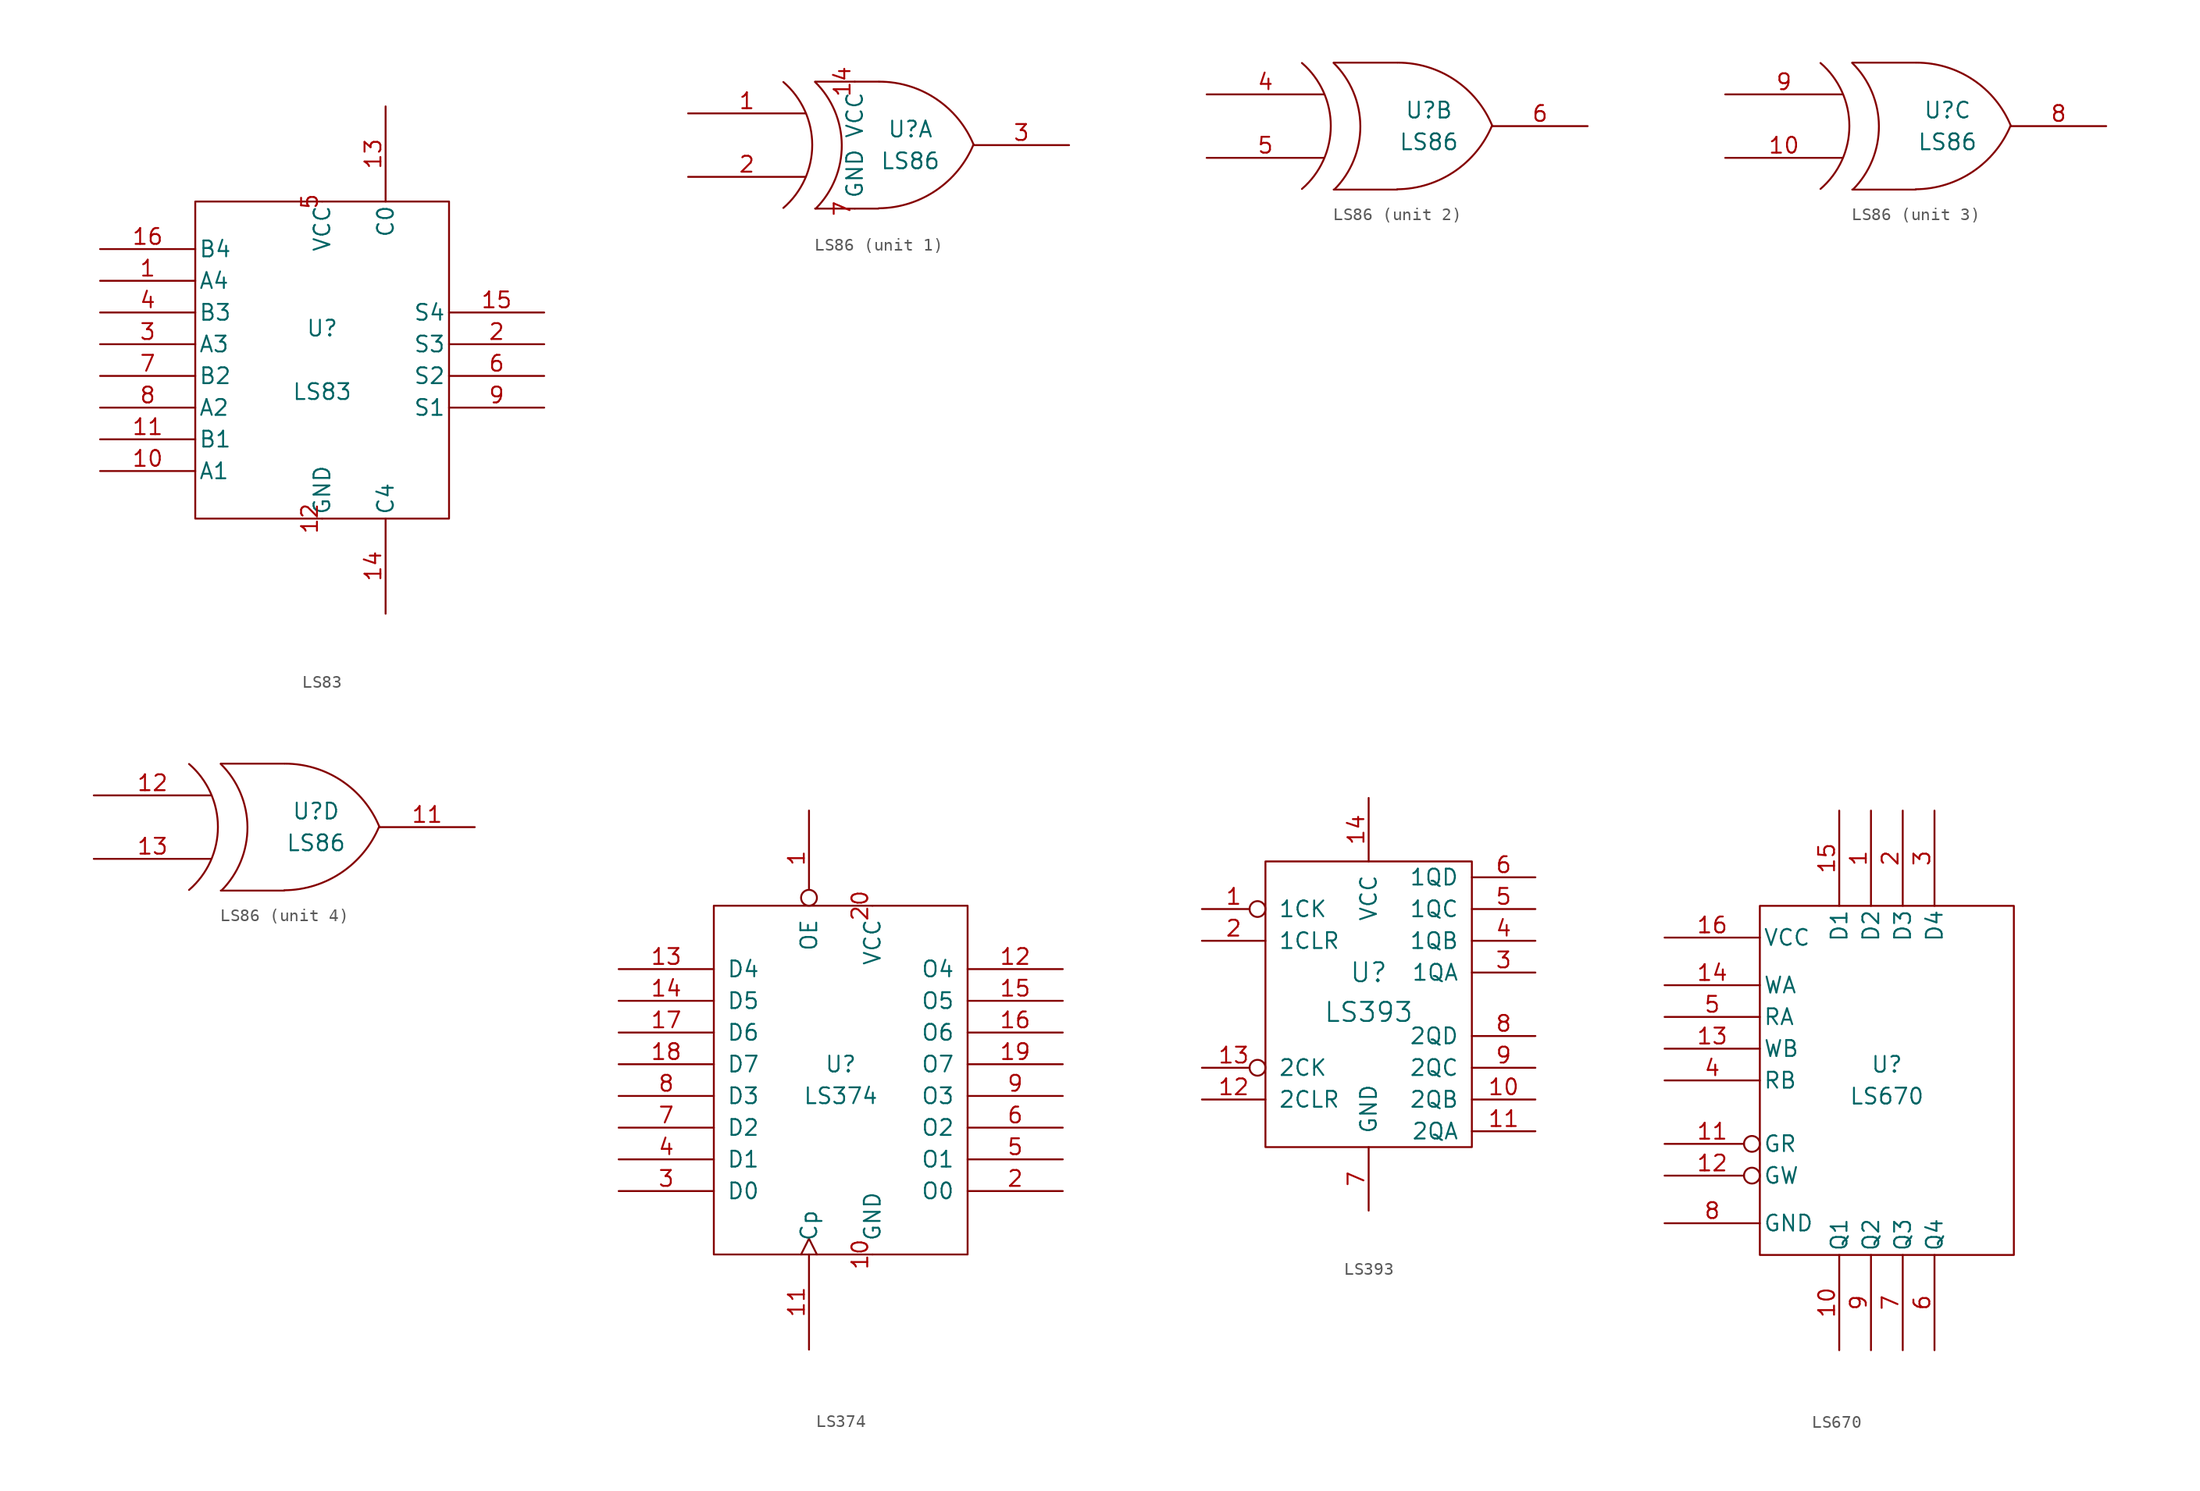
<source format=kicad_sym>
(kicad_symbol_lib
  (version 20211014)
  (generator kicad_symbol_editor)
  (symbol "LS83"
    (pin_names
      (offset 0.254))
    (property "Reference" "U"
      (at 0 2.54 0)
      (effects (font (size 1.27 1.27))))
    (property "Value" "LS83"
      (at 0 -2.54 0)
      (effects (font (size 1.27 1.27))))
    (symbol "LS83_0_0"
      (pin power_in line (at 0 -12.7 90) (length 0) (name "GND" (effects (font (size 1.27 1.27)))) (number "12" (effects (font (size 1.27 1.27)))))
      (pin power_in line (at 0 12.7 270) (length 0) (name "VCC" (effects (font (size 1.27 1.27)))) (number "5" (effects (font (size 1.27 1.27))))))
    (symbol "LS83_0_1"
      (rectangle (start -10.16 12.7) (end 10.16 -12.7) (stroke (width 0) (type default) (color 0 0 0 0)) (fill (type none))))
    (symbol "LS83_1_1"
      (pin input line (at -17.78 6.35 0) (length 7.62) (name "A4" (effects (font (size 1.27 1.27)))) (number "1" (effects (font (size 1.27 1.27)))))
      (pin input line (at -17.78 -8.89 0) (length 7.62) (name "A1" (effects (font (size 1.27 1.27)))) (number "10" (effects (font (size 1.27 1.27)))))
      (pin input line (at -17.78 -6.35 0) (length 7.62) (name "B1" (effects (font (size 1.27 1.27)))) (number "11" (effects (font (size 1.27 1.27)))))
      (pin input line (at 5.08 20.32 270) (length 7.62) (name "C0" (effects (font (size 1.27 1.27)))) (number "13" (effects (font (size 1.27 1.27)))))
      (pin output line (at 5.08 -20.32 90) (length 7.62) (name "C4" (effects (font (size 1.27 1.27)))) (number "14" (effects (font (size 1.27 1.27)))))
      (pin output line (at 17.78 3.81 180) (length 7.62) (name "S4" (effects (font (size 1.27 1.27)))) (number "15" (effects (font (size 1.27 1.27)))))
      (pin input line (at -17.78 8.89 0) (length 7.62) (name "B4" (effects (font (size 1.27 1.27)))) (number "16" (effects (font (size 1.27 1.27)))))
      (pin output line (at 17.78 1.27 180) (length 7.62) (name "S3" (effects (font (size 1.27 1.27)))) (number "2" (effects (font (size 1.27 1.27)))))
      (pin input line (at -17.78 1.27 0) (length 7.62) (name "A3" (effects (font (size 1.27 1.27)))) (number "3" (effects (font (size 1.27 1.27)))))
      (pin input line (at -17.78 3.81 0) (length 7.62) (name "B3" (effects (font (size 1.27 1.27)))) (number "4" (effects (font (size 1.27 1.27)))))
      (pin output line (at 17.78 -1.27 180) (length 7.62) (name "S2" (effects (font (size 1.27 1.27)))) (number "6" (effects (font (size 1.27 1.27)))))
      (pin input line (at -17.78 -1.27 0) (length 7.62) (name "B2" (effects (font (size 1.27 1.27)))) (number "7" (effects (font (size 1.27 1.27)))))
      (pin input line (at -17.78 -3.81 0) (length 7.62) (name "A2" (effects (font (size 1.27 1.27)))) (number "8" (effects (font (size 1.27 1.27)))))
      (pin output line (at 17.78 -3.81 180) (length 7.62) (name "S1" (effects (font (size 1.27 1.27)))) (number "9" (effects (font (size 1.27 1.27)))))))
  (symbol "LS86"
    (pin_names
      (offset 0.762))
    (property "Reference" "U"
      (at 2.54 1.27 0)
      (effects (font (size 1.27 1.27))))
    (property "Value" "LS86"
      (at 2.54 -1.27 0)
      (effects (font (size 1.27 1.27))))
    (symbol "LS86_0_1"
      (arc (start -7.62 -5.0292) (mid -5.3094 0.0127) (end -7.62 5.0546) (stroke (width 0) (type default) (color 0 0 0 0)) (fill (type none)))
      (arc (start -5.0292 -5.08) (mid -2.9462 -0.0021) (end -5.08 5.0546) (stroke (width 0) (type default) (color 0 0 0 0)) (fill (type none)))
      (arc (start 0 -5.0546) (mid 4.5649 -3.6437) (end 7.5946 0.0508) (stroke (width 0) (type default) (color 0 0 0 0)) (fill (type none)))
      (polyline (pts (xy -5.08 -5.08) (xy 0 -5.08)) (stroke (width 0) (type default) (color 0 0 0 0)) (fill (type none)))
      (polyline (pts (xy -5.08 5.08) (xy 0 5.08)) (stroke (width 0) (type default) (color 0 0 0 0)) (fill (type none)))
      (arc (start 7.62 0) (mid 4.6112 3.6959) (end 0.0508 5.08) (stroke (width 0) (type default) (color 0 0 0 0)) (fill (type none))))
    (symbol "LS86_1_1"
      (pin input line (at -15.24 2.54 0) (length 9.398) (name "~" (effects (font (size 1.27 1.27)))) (number "1" (effects (font (size 1.27 1.27)))))
      (pin input line (at -1.905 5.08 270) (length 0) (name "VCC" (effects (font (size 1.27 1.27)))) (number "14" (effects (font (size 1.27 1.27)))))
      (pin input line (at -15.24 -2.54 0) (length 9.398) (name "~" (effects (font (size 1.27 1.27)))) (number "2" (effects (font (size 1.27 1.27)))))
      (pin output line (at 15.24 0 180) (length 7.62) (name "~" (effects (font (size 1.27 1.27)))) (number "3" (effects (font (size 1.27 1.27)))))
      (pin power_in line (at -1.905 -5.08 90) (length 0) (name "GND" (effects (font (size 1.27 1.27)))) (number "7" (effects (font (size 1.27 1.27))))))
    (symbol "LS86_2_1"
      (pin input line (at -15.24 2.54 0) (length 9.398) (name "~" (effects (font (size 1.27 1.27)))) (number "4" (effects (font (size 1.27 1.27)))))
      (pin input line (at -15.24 -2.54 0) (length 9.398) (name "~" (effects (font (size 1.27 1.27)))) (number "5" (effects (font (size 1.27 1.27)))))
      (pin output line (at 15.24 0 180) (length 7.62) (name "~" (effects (font (size 1.27 1.27)))) (number "6" (effects (font (size 1.27 1.27))))))
    (symbol "LS86_3_1"
      (pin input line (at -15.24 -2.54 0) (length 9.398) (name "~" (effects (font (size 1.27 1.27)))) (number "10" (effects (font (size 1.27 1.27)))))
      (pin output line (at 15.24 0 180) (length 7.62) (name "~" (effects (font (size 1.27 1.27)))) (number "8" (effects (font (size 1.27 1.27)))))
      (pin input line (at -15.24 2.54 0) (length 9.398) (name "~" (effects (font (size 1.27 1.27)))) (number "9" (effects (font (size 1.27 1.27))))))
    (symbol "LS86_4_1"
      (pin output line (at 15.24 0 180) (length 7.62) (name "~" (effects (font (size 1.27 1.27)))) (number "11" (effects (font (size 1.27 1.27)))))
      (pin input line (at -15.24 2.54 0) (length 9.398) (name "~" (effects (font (size 1.27 1.27)))) (number "12" (effects (font (size 1.27 1.27)))))
      (pin input line (at -15.24 -2.54 0) (length 9.398) (name "~" (effects (font (size 1.27 1.27)))) (number "13" (effects (font (size 1.27 1.27)))))))
  (symbol "LS374"
    (pin_names
      (offset 1.016))
    (property "Reference" "U"
      (at 0 1.27 0)
      (effects (font (size 1.27 1.27))))
    (property "Value" "LS374"
      (at 0 -1.27 0)
      (effects (font (size 1.27 1.27))))
    (symbol "LS374_0_0"
      (pin power_in line (at 2.54 -13.97 90) (length 0) (name "GND" (effects (font (size 1.27 1.27)))) (number "10" (effects (font (size 1.27 1.27)))))
      (pin power_in line (at 2.54 13.97 270) (length 0) (name "VCC" (effects (font (size 1.27 1.27)))) (number "20" (effects (font (size 1.27 1.27))))))
    (symbol "LS374_0_1"
      (rectangle (start -10.16 13.97) (end 10.16 -13.97) (stroke (width 0) (type default) (color 0 0 0 0)) (fill (type none))))
    (symbol "LS374_1_1"
      (pin input inverted (at -2.54 21.59 270) (length 7.62) (name "OE" (effects (font (size 1.27 1.27)))) (number "1" (effects (font (size 1.27 1.27)))))
      (pin input clock (at -2.54 -21.59 90) (length 7.62) (name "Cp" (effects (font (size 1.27 1.27)))) (number "11" (effects (font (size 1.27 1.27)))))
      (pin tri_state line (at 17.78 8.89 180) (length 7.62) (name "O4" (effects (font (size 1.27 1.27)))) (number "12" (effects (font (size 1.27 1.27)))))
      (pin input line (at -17.78 8.89 0) (length 7.62) (name "D4" (effects (font (size 1.27 1.27)))) (number "13" (effects (font (size 1.27 1.27)))))
      (pin input line (at -17.78 6.35 0) (length 7.62) (name "D5" (effects (font (size 1.27 1.27)))) (number "14" (effects (font (size 1.27 1.27)))))
      (pin tri_state line (at 17.78 6.35 180) (length 7.62) (name "O5" (effects (font (size 1.27 1.27)))) (number "15" (effects (font (size 1.27 1.27)))))
      (pin tri_state line (at 17.78 3.81 180) (length 7.62) (name "O6" (effects (font (size 1.27 1.27)))) (number "16" (effects (font (size 1.27 1.27)))))
      (pin input line (at -17.78 3.81 0) (length 7.62) (name "D6" (effects (font (size 1.27 1.27)))) (number "17" (effects (font (size 1.27 1.27)))))
      (pin input line (at -17.78 1.27 0) (length 7.62) (name "D7" (effects (font (size 1.27 1.27)))) (number "18" (effects (font (size 1.27 1.27)))))
      (pin tri_state line (at 17.78 1.27 180) (length 7.62) (name "O7" (effects (font (size 1.27 1.27)))) (number "19" (effects (font (size 1.27 1.27)))))
      (pin tri_state line (at 17.78 -8.89 180) (length 7.62) (name "O0" (effects (font (size 1.27 1.27)))) (number "2" (effects (font (size 1.27 1.27)))))
      (pin input line (at -17.78 -8.89 0) (length 7.62) (name "D0" (effects (font (size 1.27 1.27)))) (number "3" (effects (font (size 1.27 1.27)))))
      (pin input line (at -17.78 -6.35 0) (length 7.62) (name "D1" (effects (font (size 1.27 1.27)))) (number "4" (effects (font (size 1.27 1.27)))))
      (pin tri_state line (at 17.78 -6.35 180) (length 7.62) (name "O1" (effects (font (size 1.27 1.27)))) (number "5" (effects (font (size 1.27 1.27)))))
      (pin tri_state line (at 17.78 -3.81 180) (length 7.62) (name "O2" (effects (font (size 1.27 1.27)))) (number "6" (effects (font (size 1.27 1.27)))))
      (pin input line (at -17.78 -3.81 0) (length 7.62) (name "D2" (effects (font (size 1.27 1.27)))) (number "7" (effects (font (size 1.27 1.27)))))
      (pin input line (at -17.78 -1.27 0) (length 7.62) (name "D3" (effects (font (size 1.27 1.27)))) (number "8" (effects (font (size 1.27 1.27)))))
      (pin tri_state line (at 17.78 -1.27 180) (length 7.62) (name "O3" (effects (font (size 1.27 1.27)))) (number "9" (effects (font (size 1.27 1.27)))))))
  (symbol "LS393"
    (pin_names
      (offset 1.016))
    (property "Reference" "U"
      (at 0 2.54 0)
      (effects (font (size 1.524 1.524))))
    (property "Value" "LS393"
      (at 0 -0.635 0)
      (effects (font (size 1.524 1.524))))
    (symbol "LS393_0_1"
      (rectangle (start -8.255 11.43) (end 8.255 -11.43) (stroke (width 0) (type default) (color 0 0 0 0)) (fill (type none))))
    (symbol "LS393_1_0"
      (pin input inverted (at -13.335 7.62 0) (length 5.08) (name "1CK" (effects (font (size 1.27 1.27)))) (number "1" (effects (font (size 1.27 1.27)))))
      (pin output line (at 13.335 -7.62 180) (length 5.08) (name "2QB" (effects (font (size 1.27 1.27)))) (number "10" (effects (font (size 1.27 1.27)))))
      (pin output line (at 13.335 -10.16 180) (length 5.08) (name "2QA" (effects (font (size 1.27 1.27)))) (number "11" (effects (font (size 1.27 1.27)))))
      (pin input line (at -13.335 -7.62 0) (length 5.08) (name "2CLR" (effects (font (size 1.27 1.27)))) (number "12" (effects (font (size 1.27 1.27)))))
      (pin input inverted (at -13.335 -5.08 0) (length 5.08) (name "2CK" (effects (font (size 1.27 1.27)))) (number "13" (effects (font (size 1.27 1.27)))))
      (pin power_in line (at 0 16.51 270) (length 5.08) (name "VCC" (effects (font (size 1.27 1.27)))) (number "14" (effects (font (size 1.27 1.27)))))
      (pin input line (at -13.335 5.08 0) (length 5.08) (name "1CLR" (effects (font (size 1.27 1.27)))) (number "2" (effects (font (size 1.27 1.27)))))
      (pin output line (at 13.335 2.54 180) (length 5.08) (name "1QA" (effects (font (size 1.27 1.27)))) (number "3" (effects (font (size 1.27 1.27)))))
      (pin output line (at 13.335 5.08 180) (length 5.08) (name "1QB" (effects (font (size 1.27 1.27)))) (number "4" (effects (font (size 1.27 1.27)))))
      (pin output line (at 13.335 7.62 180) (length 5.08) (name "1QC" (effects (font (size 1.27 1.27)))) (number "5" (effects (font (size 1.27 1.27)))))
      (pin output line (at 13.335 10.16 180) (length 5.08) (name "1QD" (effects (font (size 1.27 1.27)))) (number "6" (effects (font (size 1.27 1.27)))))
      (pin power_in line (at 0 -16.51 90) (length 5.08) (name "GND" (effects (font (size 1.27 1.27)))) (number "7" (effects (font (size 1.27 1.27)))))
      (pin output line (at 13.335 -2.54 180) (length 5.08) (name "2QD" (effects (font (size 1.27 1.27)))) (number "8" (effects (font (size 1.27 1.27)))))
      (pin output line (at 13.335 -5.08 180) (length 5.08) (name "2QC" (effects (font (size 1.27 1.27)))) (number "9" (effects (font (size 1.27 1.27)))))))
  (symbol "LS670"
    (pin_names
      (offset 0.254))
    (property "Reference" "U"
      (at 0 1.27 0)
      (effects (font (size 1.27 1.27))))
    (property "Value" "LS670"
      (at 0 -1.27 0)
      (effects (font (size 1.27 1.27))))
    (symbol "LS670_0_1"
      (rectangle (start -10.16 13.97) (end 10.16 -13.97) (stroke (width 0) (type default) (color 0 0 0 0)) (fill (type none))))
    (symbol "LS670_1_0"
      (pin power_in line (at -17.78 11.43 0) (length 7.62) (name "VCC" (effects (font (size 1.27 1.27)))) (number "16" (effects (font (size 1.27 1.27)))))
      (pin power_in line (at -17.78 -11.43 0) (length 7.62) (name "GND" (effects (font (size 1.27 1.27)))) (number "8" (effects (font (size 1.27 1.27))))))
    (symbol "LS670_1_1"
      (pin input line (at -1.27 21.59 270) (length 7.62) (name "D2" (effects (font (size 1.27 1.27)))) (number "1" (effects (font (size 1.27 1.27)))))
      (pin tri_state line (at -3.81 -21.59 90) (length 7.62) (name "Q1" (effects (font (size 1.27 1.27)))) (number "10" (effects (font (size 1.27 1.27)))))
      (pin input inverted (at -17.78 -5.08 0) (length 7.62) (name "GR" (effects (font (size 1.27 1.27)))) (number "11" (effects (font (size 1.27 1.27)))))
      (pin input inverted (at -17.78 -7.62 0) (length 7.62) (name "GW" (effects (font (size 1.27 1.27)))) (number "12" (effects (font (size 1.27 1.27)))))
      (pin input line (at -17.78 2.54 0) (length 7.62) (name "WB" (effects (font (size 1.27 1.27)))) (number "13" (effects (font (size 1.27 1.27)))))
      (pin input line (at -17.78 7.62 0) (length 7.62) (name "WA" (effects (font (size 1.27 1.27)))) (number "14" (effects (font (size 1.27 1.27)))))
      (pin input line (at -3.81 21.59 270) (length 7.62) (name "D1" (effects (font (size 1.27 1.27)))) (number "15" (effects (font (size 1.27 1.27)))))
      (pin input line (at 1.27 21.59 270) (length 7.62) (name "D3" (effects (font (size 1.27 1.27)))) (number "2" (effects (font (size 1.27 1.27)))))
      (pin input line (at 3.81 21.59 270) (length 7.62) (name "D4" (effects (font (size 1.27 1.27)))) (number "3" (effects (font (size 1.27 1.27)))))
      (pin input line (at -17.78 0 0) (length 7.62) (name "RB" (effects (font (size 1.27 1.27)))) (number "4" (effects (font (size 1.27 1.27)))))
      (pin input line (at -17.78 5.08 0) (length 7.62) (name "RA" (effects (font (size 1.27 1.27)))) (number "5" (effects (font (size 1.27 1.27)))))
      (pin tri_state line (at 3.81 -21.59 90) (length 7.62) (name "Q4" (effects (font (size 1.27 1.27)))) (number "6" (effects (font (size 1.27 1.27)))))
      (pin tri_state line (at 1.27 -21.59 90) (length 7.62) (name "Q3" (effects (font (size 1.27 1.27)))) (number "7" (effects (font (size 1.27 1.27)))))
      (pin tri_state line (at -1.27 -21.59 90) (length 7.62) (name "Q2" (effects (font (size 1.27 1.27)))) (number "9" (effects (font (size 1.27 1.27))))))))
</source>
